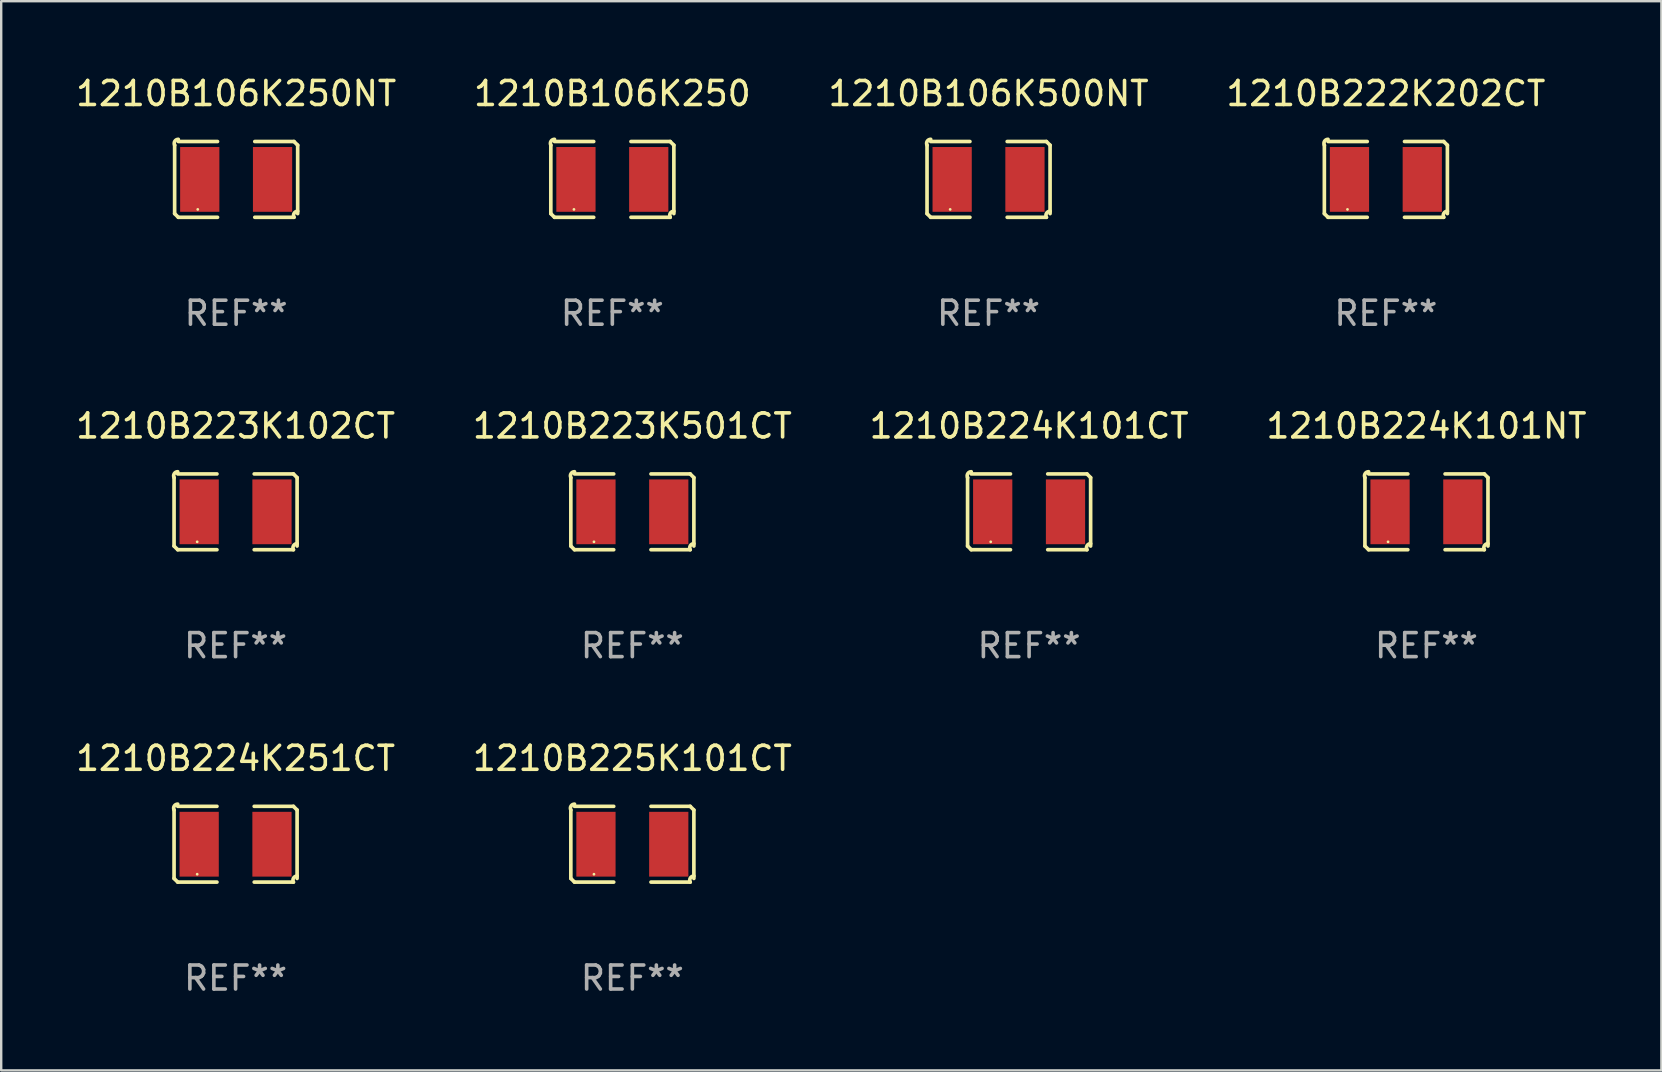
<source format=kicad_pcb>
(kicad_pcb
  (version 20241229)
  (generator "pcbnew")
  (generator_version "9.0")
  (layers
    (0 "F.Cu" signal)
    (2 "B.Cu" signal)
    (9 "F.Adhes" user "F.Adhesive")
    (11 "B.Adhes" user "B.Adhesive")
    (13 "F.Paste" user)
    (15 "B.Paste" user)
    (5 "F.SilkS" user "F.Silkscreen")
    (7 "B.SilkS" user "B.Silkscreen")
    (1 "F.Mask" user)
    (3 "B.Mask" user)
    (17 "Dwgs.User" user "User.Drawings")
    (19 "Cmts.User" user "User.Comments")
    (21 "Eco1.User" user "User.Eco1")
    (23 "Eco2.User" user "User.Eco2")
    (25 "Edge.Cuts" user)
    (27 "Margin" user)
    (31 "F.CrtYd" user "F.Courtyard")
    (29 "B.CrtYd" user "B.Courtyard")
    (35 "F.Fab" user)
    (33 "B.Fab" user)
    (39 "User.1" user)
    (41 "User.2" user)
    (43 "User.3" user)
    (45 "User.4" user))
  (footprint "1210B106K250NT"
    (layer "F.Cu")
    (at 6.792 4.427)
    (property "Reference" "1210B106K250NT" (at 0 -3.579 0) (layer "F.SilkS") (effects (font (size 1 1) (thickness 0.15))))
    (attr through_hole)
    (fp_line (start -2.564 1.426) (end -2.564 -1.426) (stroke (width 0.152) (type solid)) (layer "F.SilkS"))
    (fp_line (start -2.411 -1.579) (end -0.776 -1.579) (stroke (width 0.152) (type solid)) (layer "F.SilkS"))
    (fp_line (start -0.776 1.579) (end -2.411 1.579) (stroke (width 0.152) (type solid)) (layer "F.SilkS"))
    (fp_line (start 0.776 1.579) (end 2.411 1.579) (stroke (width 0.152) (type solid)) (layer "F.SilkS"))
    (fp_line (start 2.411 -1.579) (end 0.776 -1.579) (stroke (width 0.152) (type solid)) (layer "F.SilkS"))
    (fp_line (start 2.564 1.426) (end 2.564 -1.426) (stroke (width 0.152) (type solid)) (layer "F.SilkS"))
    (fp_arc (start -2.563602 -1.426213) (mid -2.555597 -1.591233) (end -2.411201 -1.671518) (stroke (width 0.1524) (type solid)) (layer "F.SilkS"))
    (fp_arc (start -2.5636 1.426214) (mid -2.487389 1.502402) (end -2.411201 1.578613) (stroke (width 0.1524) (type solid)) (layer "F.SilkS"))
    (fp_arc (start 2.411197 -1.578618) (mid 2.487403 -1.502419) (end 2.563602 -1.426213) (stroke (width 0.1524) (type solid)) (layer "F.SilkS"))
    (fp_arc (start 2.411201 1.578613) (mid 2.416214 1.409455) (end 2.563602 1.32629) (stroke (width 0.1524) (type solid)) (layer "F.SilkS"))
    (fp_circle (center -1.6 1.25) (end -1.57 1.25) (stroke (width 0.06) (type solid)) (fill no) (layer "F.SilkS"))
    (fp_text user "REF**" (at 0 5.579 0) (layer "F.Fab") (effects (font (size 1 1) (thickness 0.15))))
    (pad "1" smd rect (at -1.517 0) (size 1.635 2.7) (layers "F.Cu" "F.Mask" "F.Paste"))
    (pad "2" smd rect (at 1.517 0) (size 1.635 2.7) (layers "F.Cu" "F.Mask" "F.Paste")))
  (footprint "1210B222K202CT"
    (layer "F.Cu")
    (at 54.708 4.427)
    (property "Reference" "1210B222K202CT" (at 0 -3.579 0) (layer "F.SilkS") (effects (font (size 1 1) (thickness 0.15))))
    (attr through_hole)
    (fp_line (start -2.564 1.426) (end -2.564 -1.426) (stroke (width 0.152) (type solid)) (layer "F.SilkS"))
    (fp_line (start -2.411 -1.579) (end -0.776 -1.579) (stroke (width 0.152) (type solid)) (layer "F.SilkS"))
    (fp_line (start -0.776 1.579) (end -2.411 1.579) (stroke (width 0.152) (type solid)) (layer "F.SilkS"))
    (fp_line (start 0.776 1.579) (end 2.411 1.579) (stroke (width 0.152) (type solid)) (layer "F.SilkS"))
    (fp_line (start 2.411 -1.579) (end 0.776 -1.579) (stroke (width 0.152) (type solid)) (layer "F.SilkS"))
    (fp_line (start 2.564 1.426) (end 2.564 -1.426) (stroke (width 0.152) (type solid)) (layer "F.SilkS"))
    (fp_arc (start -2.563602 -1.426213) (mid -2.555597 -1.591233) (end -2.411201 -1.671518) (stroke (width 0.1524) (type solid)) (layer "F.SilkS"))
    (fp_arc (start -2.5636 1.426214) (mid -2.487389 1.502402) (end -2.411201 1.578613) (stroke (width 0.1524) (type solid)) (layer "F.SilkS"))
    (fp_arc (start 2.411197 -1.578618) (mid 2.487403 -1.502419) (end 2.563602 -1.426213) (stroke (width 0.1524) (type solid)) (layer "F.SilkS"))
    (fp_arc (start 2.411201 1.578613) (mid 2.416214 1.409455) (end 2.563602 1.32629) (stroke (width 0.1524) (type solid)) (layer "F.SilkS"))
    (fp_circle (center -1.6 1.25) (end -1.57 1.25) (stroke (width 0.06) (type solid)) (fill no) (layer "F.SilkS"))
    (fp_text user "REF**" (at 0 5.579 0) (layer "F.Fab") (effects (font (size 1 1) (thickness 0.15))))
    (pad "1" smd rect (at -1.517 0) (size 1.635 2.7) (layers "F.Cu" "F.Mask" "F.Paste"))
    (pad "2" smd rect (at 1.517 0) (size 1.635 2.7) (layers "F.Cu" "F.Mask" "F.Paste")))
  (footprint "1210B223K102CT"
    (layer "F.Cu")
    (at 6.768 18.281)
    (property "Reference" "1210B223K102CT" (at 0 -3.579 0) (layer "F.SilkS") (effects (font (size 1 1) (thickness 0.15))))
    (attr through_hole)
    (fp_line (start -2.564 1.426) (end -2.564 -1.426) (stroke (width 0.152) (type solid)) (layer "F.SilkS"))
    (fp_line (start -2.411 -1.579) (end -0.776 -1.579) (stroke (width 0.152) (type solid)) (layer "F.SilkS"))
    (fp_line (start -0.776 1.579) (end -2.411 1.579) (stroke (width 0.152) (type solid)) (layer "F.SilkS"))
    (fp_line (start 0.776 1.579) (end 2.411 1.579) (stroke (width 0.152) (type solid)) (layer "F.SilkS"))
    (fp_line (start 2.411 -1.579) (end 0.776 -1.579) (stroke (width 0.152) (type solid)) (layer "F.SilkS"))
    (fp_line (start 2.564 1.426) (end 2.564 -1.426) (stroke (width 0.152) (type solid)) (layer "F.SilkS"))
    (fp_arc (start -2.563602 -1.426213) (mid -2.555597 -1.591233) (end -2.411201 -1.671518) (stroke (width 0.1524) (type solid)) (layer "F.SilkS"))
    (fp_arc (start -2.5636 1.426214) (mid -2.487389 1.502402) (end -2.411201 1.578613) (stroke (width 0.1524) (type solid)) (layer "F.SilkS"))
    (fp_arc (start 2.411197 -1.578618) (mid 2.487403 -1.502419) (end 2.563602 -1.426213) (stroke (width 0.1524) (type solid)) (layer "F.SilkS"))
    (fp_arc (start 2.411201 1.578613) (mid 2.416214 1.409455) (end 2.563602 1.32629) (stroke (width 0.1524) (type solid)) (layer "F.SilkS"))
    (fp_circle (center -1.6 1.25) (end -1.57 1.25) (stroke (width 0.06) (type solid)) (fill no) (layer "F.SilkS"))
    (fp_text user "REF**" (at 0 5.579 0) (layer "F.Fab") (effects (font (size 1 1) (thickness 0.15))))
    (pad "1" smd rect (at -1.517 0) (size 1.635 2.7) (layers "F.Cu" "F.Mask" "F.Paste"))
    (pad "2" smd rect (at 1.517 0) (size 1.635 2.7) (layers "F.Cu" "F.Mask" "F.Paste")))
  (footprint "1210B224K101CT"
    (layer "F.Cu")
    (at 39.839 18.281)
    (property "Reference" "1210B224K101CT" (at 0 -3.579 0) (layer "F.SilkS") (effects (font (size 1 1) (thickness 0.15))))
    (attr through_hole)
    (fp_line (start -2.564 1.426) (end -2.564 -1.426) (stroke (width 0.152) (type solid)) (layer "F.SilkS"))
    (fp_line (start -2.411 -1.579) (end -0.776 -1.579) (stroke (width 0.152) (type solid)) (layer "F.SilkS"))
    (fp_line (start -0.776 1.579) (end -2.411 1.579) (stroke (width 0.152) (type solid)) (layer "F.SilkS"))
    (fp_line (start 0.776 1.579) (end 2.411 1.579) (stroke (width 0.152) (type solid)) (layer "F.SilkS"))
    (fp_line (start 2.411 -1.579) (end 0.776 -1.579) (stroke (width 0.152) (type solid)) (layer "F.SilkS"))
    (fp_line (start 2.564 1.426) (end 2.564 -1.426) (stroke (width 0.152) (type solid)) (layer "F.SilkS"))
    (fp_arc (start -2.563602 -1.426213) (mid -2.555597 -1.591233) (end -2.411201 -1.671518) (stroke (width 0.1524) (type solid)) (layer "F.SilkS"))
    (fp_arc (start -2.5636 1.426214) (mid -2.487389 1.502402) (end -2.411201 1.578613) (stroke (width 0.1524) (type solid)) (layer "F.SilkS"))
    (fp_arc (start 2.411197 -1.578618) (mid 2.487403 -1.502419) (end 2.563602 -1.426213) (stroke (width 0.1524) (type solid)) (layer "F.SilkS"))
    (fp_arc (start 2.411201 1.578613) (mid 2.416214 1.409455) (end 2.563602 1.32629) (stroke (width 0.1524) (type solid)) (layer "F.SilkS"))
    (fp_circle (center -1.6 1.25) (end -1.57 1.25) (stroke (width 0.06) (type solid)) (fill no) (layer "F.SilkS"))
    (fp_text user "REF**" (at 0 5.579 0) (layer "F.Fab") (effects (font (size 1 1) (thickness 0.15))))
    (pad "1" smd rect (at -1.517 0) (size 1.635 2.7) (layers "F.Cu" "F.Mask" "F.Paste"))
    (pad "2" smd rect (at 1.517 0) (size 1.635 2.7) (layers "F.Cu" "F.Mask" "F.Paste")))
  (footprint "1210B106K250"
    (layer "F.Cu")
    (at 22.47 4.427)
    (property "Reference" "1210B106K250" (at 0 -3.579 0) (layer "F.SilkS") (effects (font (size 1 1) (thickness 0.15))))
    (attr through_hole)
    (fp_line (start -2.564 1.426) (end -2.564 -1.426) (stroke (width 0.152) (type solid)) (layer "F.SilkS"))
    (fp_line (start -2.411 -1.579) (end -0.776 -1.579) (stroke (width 0.152) (type solid)) (layer "F.SilkS"))
    (fp_line (start -0.776 1.579) (end -2.411 1.579) (stroke (width 0.152) (type solid)) (layer "F.SilkS"))
    (fp_line (start 0.776 1.579) (end 2.411 1.579) (stroke (width 0.152) (type solid)) (layer "F.SilkS"))
    (fp_line (start 2.411 -1.579) (end 0.776 -1.579) (stroke (width 0.152) (type solid)) (layer "F.SilkS"))
    (fp_line (start 2.564 1.426) (end 2.564 -1.426) (stroke (width 0.152) (type solid)) (layer "F.SilkS"))
    (fp_arc (start -2.563602 -1.426213) (mid -2.555597 -1.591233) (end -2.411201 -1.671518) (stroke (width 0.1524) (type solid)) (layer "F.SilkS"))
    (fp_arc (start -2.5636 1.426214) (mid -2.487389 1.502402) (end -2.411201 1.578613) (stroke (width 0.1524) (type solid)) (layer "F.SilkS"))
    (fp_arc (start 2.411197 -1.578618) (mid 2.487403 -1.502419) (end 2.563602 -1.426213) (stroke (width 0.1524) (type solid)) (layer "F.SilkS"))
    (fp_arc (start 2.411201 1.578613) (mid 2.416214 1.409455) (end 2.563602 1.32629) (stroke (width 0.1524) (type solid)) (layer "F.SilkS"))
    (fp_circle (center -1.6 1.25) (end -1.57 1.25) (stroke (width 0.06) (type solid)) (fill no) (layer "F.SilkS"))
    (fp_text user "REF**" (at 0 5.579 0) (layer "F.Fab") (effects (font (size 1 1) (thickness 0.15))))
    (pad "1" smd rect (at -1.517 0) (size 1.635 2.7) (layers "F.Cu" "F.Mask" "F.Paste"))
    (pad "2" smd rect (at 1.517 0) (size 1.635 2.7) (layers "F.Cu" "F.Mask" "F.Paste")))
  (footprint "1210B224K101NT"
    (layer "F.Cu")
    (at 56.399 18.281)
    (property "Reference" "1210B224K101NT" (at 0 -3.579 0) (layer "F.SilkS") (effects (font (size 1 1) (thickness 0.15))))
    (attr through_hole)
    (fp_line (start -2.564 1.426) (end -2.564 -1.426) (stroke (width 0.152) (type solid)) (layer "F.SilkS"))
    (fp_line (start -2.411 -1.579) (end -0.776 -1.579) (stroke (width 0.152) (type solid)) (layer "F.SilkS"))
    (fp_line (start -0.776 1.579) (end -2.411 1.579) (stroke (width 0.152) (type solid)) (layer "F.SilkS"))
    (fp_line (start 0.776 1.579) (end 2.411 1.579) (stroke (width 0.152) (type solid)) (layer "F.SilkS"))
    (fp_line (start 2.411 -1.579) (end 0.776 -1.579) (stroke (width 0.152) (type solid)) (layer "F.SilkS"))
    (fp_line (start 2.564 1.426) (end 2.564 -1.426) (stroke (width 0.152) (type solid)) (layer "F.SilkS"))
    (fp_arc (start -2.563602 -1.426213) (mid -2.555597 -1.591233) (end -2.411201 -1.671518) (stroke (width 0.1524) (type solid)) (layer "F.SilkS"))
    (fp_arc (start -2.5636 1.426214) (mid -2.487389 1.502402) (end -2.411201 1.578613) (stroke (width 0.1524) (type solid)) (layer "F.SilkS"))
    (fp_arc (start 2.411197 -1.578618) (mid 2.487403 -1.502419) (end 2.563602 -1.426213) (stroke (width 0.1524) (type solid)) (layer "F.SilkS"))
    (fp_arc (start 2.411201 1.578613) (mid 2.416214 1.409455) (end 2.563602 1.32629) (stroke (width 0.1524) (type solid)) (layer "F.SilkS"))
    (fp_circle (center -1.6 1.25) (end -1.57 1.25) (stroke (width 0.06) (type solid)) (fill no) (layer "F.SilkS"))
    (fp_text user "REF**" (at 0 5.579 0) (layer "F.Fab") (effects (font (size 1 1) (thickness 0.15))))
    (pad "1" smd rect (at -1.517 0) (size 1.635 2.7) (layers "F.Cu" "F.Mask" "F.Paste"))
    (pad "2" smd rect (at 1.517 0) (size 1.635 2.7) (layers "F.Cu" "F.Mask" "F.Paste")))
  (footprint "1210B223K501CT"
    (layer "F.Cu")
    (at 23.304 18.281)
    (property "Reference" "1210B223K501CT" (at 0 -3.579 0) (layer "F.SilkS") (effects (font (size 1 1) (thickness 0.15))))
    (attr through_hole)
    (fp_line (start -2.564 1.426) (end -2.564 -1.426) (stroke (width 0.152) (type solid)) (layer "F.SilkS"))
    (fp_line (start -2.411 -1.579) (end -0.776 -1.579) (stroke (width 0.152) (type solid)) (layer "F.SilkS"))
    (fp_line (start -0.776 1.579) (end -2.411 1.579) (stroke (width 0.152) (type solid)) (layer "F.SilkS"))
    (fp_line (start 0.776 1.579) (end 2.411 1.579) (stroke (width 0.152) (type solid)) (layer "F.SilkS"))
    (fp_line (start 2.411 -1.579) (end 0.776 -1.579) (stroke (width 0.152) (type solid)) (layer "F.SilkS"))
    (fp_line (start 2.564 1.426) (end 2.564 -1.426) (stroke (width 0.152) (type solid)) (layer "F.SilkS"))
    (fp_arc (start -2.563602 -1.426213) (mid -2.555597 -1.591233) (end -2.411201 -1.671518) (stroke (width 0.1524) (type solid)) (layer "F.SilkS"))
    (fp_arc (start -2.5636 1.426214) (mid -2.487389 1.502402) (end -2.411201 1.578613) (stroke (width 0.1524) (type solid)) (layer "F.SilkS"))
    (fp_arc (start 2.411197 -1.578618) (mid 2.487403 -1.502419) (end 2.563602 -1.426213) (stroke (width 0.1524) (type solid)) (layer "F.SilkS"))
    (fp_arc (start 2.411201 1.578613) (mid 2.416214 1.409455) (end 2.563602 1.32629) (stroke (width 0.1524) (type solid)) (layer "F.SilkS"))
    (fp_circle (center -1.6 1.25) (end -1.57 1.25) (stroke (width 0.06) (type solid)) (fill no) (layer "F.SilkS"))
    (fp_text user "REF**" (at 0 5.579 0) (layer "F.Fab") (effects (font (size 1 1) (thickness 0.15))))
    (pad "1" smd rect (at -1.517 0) (size 1.635 2.7) (layers "F.Cu" "F.Mask" "F.Paste"))
    (pad "2" smd rect (at 1.517 0) (size 1.635 2.7) (layers "F.Cu" "F.Mask" "F.Paste")))
  (footprint "1210B225K101CT"
    (layer "F.Cu")
    (at 23.304 32.134)
    (property "Reference" "1210B225K101CT" (at 0 -3.579 0) (layer "F.SilkS") (effects (font (size 1 1) (thickness 0.15))))
    (attr through_hole)
    (fp_line (start -2.564 1.426) (end -2.564 -1.426) (stroke (width 0.152) (type solid)) (layer "F.SilkS"))
    (fp_line (start -2.411 -1.579) (end -0.776 -1.579) (stroke (width 0.152) (type solid)) (layer "F.SilkS"))
    (fp_line (start -0.776 1.579) (end -2.411 1.579) (stroke (width 0.152) (type solid)) (layer "F.SilkS"))
    (fp_line (start 0.776 1.579) (end 2.411 1.579) (stroke (width 0.152) (type solid)) (layer "F.SilkS"))
    (fp_line (start 2.411 -1.579) (end 0.776 -1.579) (stroke (width 0.152) (type solid)) (layer "F.SilkS"))
    (fp_line (start 2.564 1.426) (end 2.564 -1.426) (stroke (width 0.152) (type solid)) (layer "F.SilkS"))
    (fp_arc (start -2.563602 -1.426213) (mid -2.555597 -1.591233) (end -2.411201 -1.671518) (stroke (width 0.1524) (type solid)) (layer "F.SilkS"))
    (fp_arc (start -2.5636 1.426214) (mid -2.487389 1.502402) (end -2.411201 1.578613) (stroke (width 0.1524) (type solid)) (layer "F.SilkS"))
    (fp_arc (start 2.411197 -1.578618) (mid 2.487403 -1.502419) (end 2.563602 -1.426213) (stroke (width 0.1524) (type solid)) (layer "F.SilkS"))
    (fp_arc (start 2.411201 1.578613) (mid 2.416214 1.409455) (end 2.563602 1.32629) (stroke (width 0.1524) (type solid)) (layer "F.SilkS"))
    (fp_circle (center -1.6 1.25) (end -1.57 1.25) (stroke (width 0.06) (type solid)) (fill no) (layer "F.SilkS"))
    (fp_text user "REF**" (at 0 5.579 0) (layer "F.Fab") (effects (font (size 1 1) (thickness 0.15))))
    (pad "1" smd rect (at -1.517 0) (size 1.635 2.7) (layers "F.Cu" "F.Mask" "F.Paste"))
    (pad "2" smd rect (at 1.517 0) (size 1.635 2.7) (layers "F.Cu" "F.Mask" "F.Paste")))
  (footprint "1210B106K500NT"
    (layer "F.Cu")
    (at 38.149 4.427)
    (property "Reference" "1210B106K500NT" (at 0 -3.579 0) (layer "F.SilkS") (effects (font (size 1 1) (thickness 0.15))))
    (attr through_hole)
    (fp_line (start -2.564 1.426) (end -2.564 -1.426) (stroke (width 0.152) (type solid)) (layer "F.SilkS"))
    (fp_line (start -2.411 -1.579) (end -0.776 -1.579) (stroke (width 0.152) (type solid)) (layer "F.SilkS"))
    (fp_line (start -0.776 1.579) (end -2.411 1.579) (stroke (width 0.152) (type solid)) (layer "F.SilkS"))
    (fp_line (start 0.776 1.579) (end 2.411 1.579) (stroke (width 0.152) (type solid)) (layer "F.SilkS"))
    (fp_line (start 2.411 -1.579) (end 0.776 -1.579) (stroke (width 0.152) (type solid)) (layer "F.SilkS"))
    (fp_line (start 2.564 1.426) (end 2.564 -1.426) (stroke (width 0.152) (type solid)) (layer "F.SilkS"))
    (fp_arc (start -2.563602 -1.426213) (mid -2.555597 -1.591233) (end -2.411201 -1.671518) (stroke (width 0.1524) (type solid)) (layer "F.SilkS"))
    (fp_arc (start -2.5636 1.426214) (mid -2.487389 1.502402) (end -2.411201 1.578613) (stroke (width 0.1524) (type solid)) (layer "F.SilkS"))
    (fp_arc (start 2.411197 -1.578618) (mid 2.487403 -1.502419) (end 2.563602 -1.426213) (stroke (width 0.1524) (type solid)) (layer "F.SilkS"))
    (fp_arc (start 2.411201 1.578613) (mid 2.416214 1.409455) (end 2.563602 1.32629) (stroke (width 0.1524) (type solid)) (layer "F.SilkS"))
    (fp_circle (center -1.6 1.25) (end -1.57 1.25) (stroke (width 0.06) (type solid)) (fill no) (layer "F.SilkS"))
    (fp_text user "REF**" (at 0 5.579 0) (layer "F.Fab") (effects (font (size 1 1) (thickness 0.15))))
    (pad "1" smd rect (at -1.517 0) (size 1.635 2.7) (layers "F.Cu" "F.Mask" "F.Paste"))
    (pad "2" smd rect (at 1.517 0) (size 1.635 2.7) (layers "F.Cu" "F.Mask" "F.Paste")))
  (footprint "1210B224K251CT"
    (layer "F.Cu")
    (at 6.768 32.134)
    (property "Reference" "1210B224K251CT" (at 0 -3.579 0) (layer "F.SilkS") (effects (font (size 1 1) (thickness 0.15))))
    (attr through_hole)
    (fp_line (start -2.564 1.426) (end -2.564 -1.426) (stroke (width 0.152) (type solid)) (layer "F.SilkS"))
    (fp_line (start -2.411 -1.579) (end -0.776 -1.579) (stroke (width 0.152) (type solid)) (layer "F.SilkS"))
    (fp_line (start -0.776 1.579) (end -2.411 1.579) (stroke (width 0.152) (type solid)) (layer "F.SilkS"))
    (fp_line (start 0.776 1.579) (end 2.411 1.579) (stroke (width 0.152) (type solid)) (layer "F.SilkS"))
    (fp_line (start 2.411 -1.579) (end 0.776 -1.579) (stroke (width 0.152) (type solid)) (layer "F.SilkS"))
    (fp_line (start 2.564 1.426) (end 2.564 -1.426) (stroke (width 0.152) (type solid)) (layer "F.SilkS"))
    (fp_arc (start -2.563602 -1.426213) (mid -2.555597 -1.591233) (end -2.411201 -1.671518) (stroke (width 0.1524) (type solid)) (layer "F.SilkS"))
    (fp_arc (start -2.5636 1.426214) (mid -2.487389 1.502402) (end -2.411201 1.578613) (stroke (width 0.1524) (type solid)) (layer "F.SilkS"))
    (fp_arc (start 2.411197 -1.578618) (mid 2.487403 -1.502419) (end 2.563602 -1.426213) (stroke (width 0.1524) (type solid)) (layer "F.SilkS"))
    (fp_arc (start 2.411201 1.578613) (mid 2.416214 1.409455) (end 2.563602 1.32629) (stroke (width 0.1524) (type solid)) (layer "F.SilkS"))
    (fp_circle (center -1.6 1.25) (end -1.57 1.25) (stroke (width 0.06) (type solid)) (fill no) (layer "F.SilkS"))
    (fp_text user "REF**" (at 0 5.579 0) (layer "F.Fab") (effects (font (size 1 1) (thickness 0.15))))
    (pad "1" smd rect (at -1.517 0) (size 1.635 2.7) (layers "F.Cu" "F.Mask" "F.Paste"))
    (pad "2" smd rect (at 1.517 0) (size 1.635 2.7) (layers "F.Cu" "F.Mask" "F.Paste")))
  (gr_rect
    (start -3 -3)
    (end 66.19 41.561)
    (stroke (width 0.1) (type default))
    (fill no)
    (layer "Edge.Cuts")))
</source>
